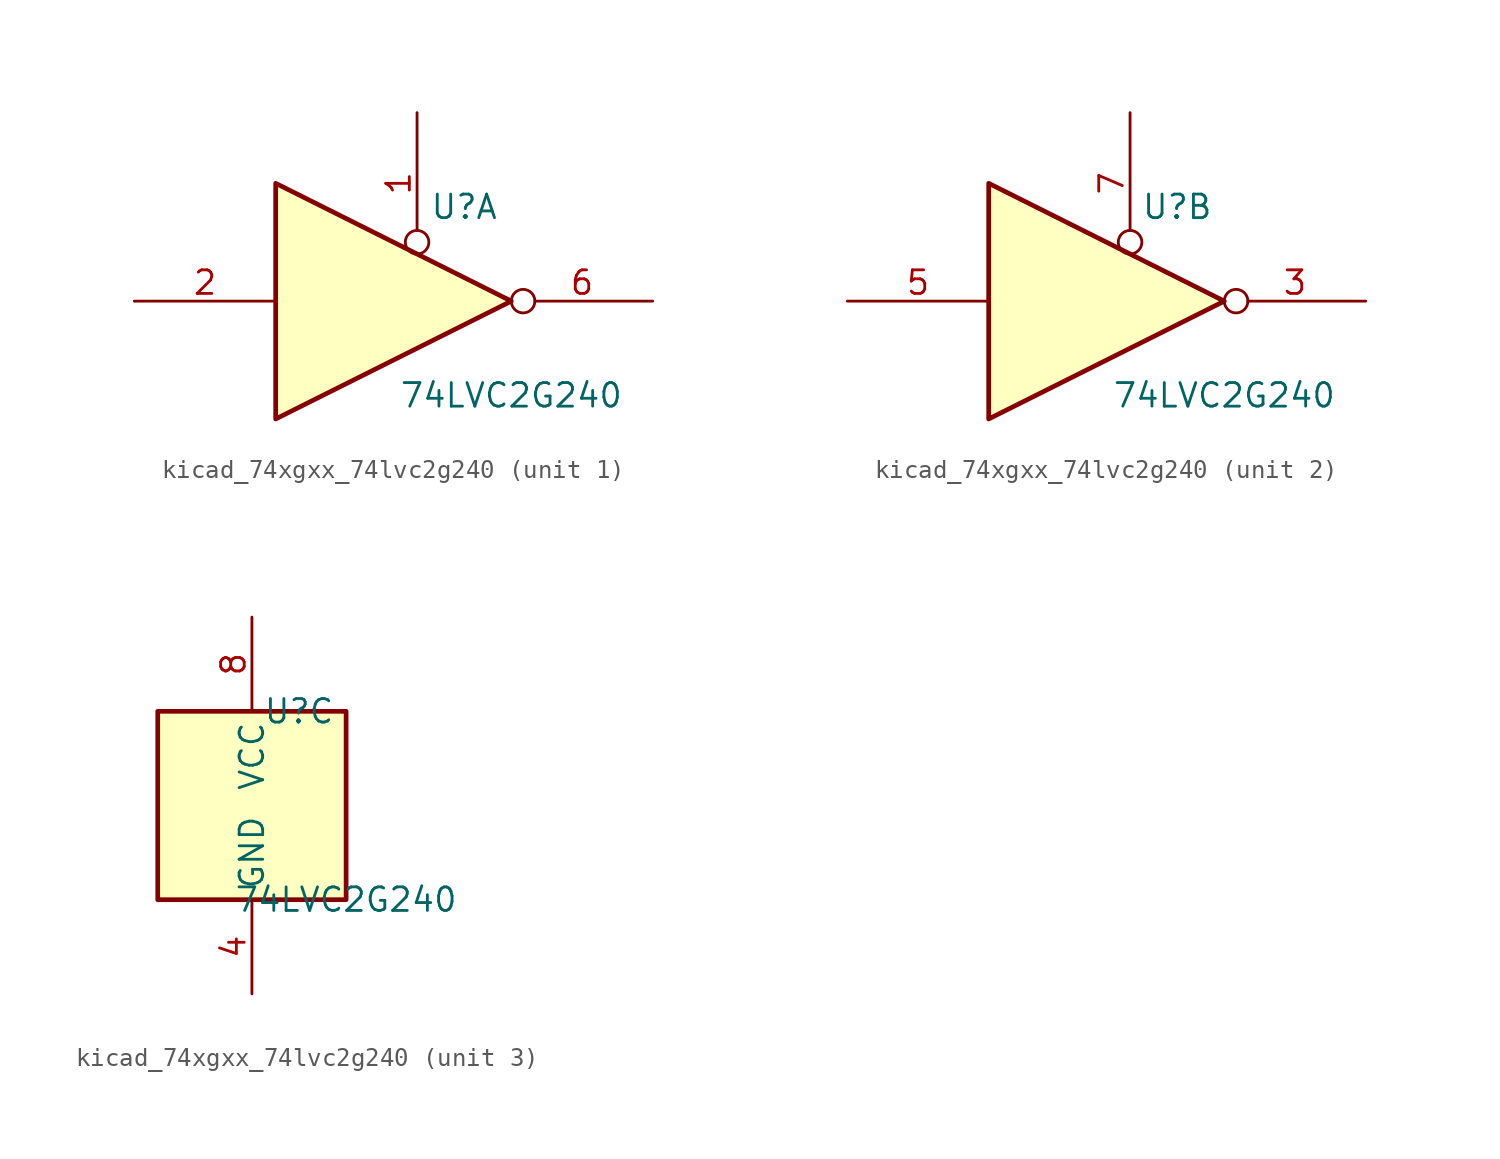
<source format=kicad_sym>
(kicad_symbol_lib
  (version 20220914)
  (generator kicad_symbol_editor)
  (symbol "kicad_74xgxx_74lvc2g240"
    (property "Reference" "U"
      (at 2.54 5.08 0)
      (effects (font (size 1.27 1.27))))
    (property "Value" "74LVC2G240"
      (at 5.08 -5.08 0)
      (effects (font (size 1.27 1.27))))
    (symbol "kicad_74xgxx_74lvc2g240_1_1"
      (polyline (pts (xy -7.62 6.35) (xy -7.62 -6.35) (xy 5.08 0) (xy -7.62 6.35)) (stroke (width 0.254) (type default)) (fill (type background)))
      (pin input inverted (at 0 10.16 270) (length 7.62) (name "~" (effects (font (size 1.27 1.27)))) (number "1" (effects (font (size 1.27 1.27)))))
      (pin input line (at -15.24 0 0) (length 7.62) (name "~" (effects (font (size 1.27 1.27)))) (number "2" (effects (font (size 1.27 1.27)))))
      (pin tri_state inverted (at 12.7 0 180) (length 7.62) (name "~" (effects (font (size 1.27 1.27)))) (number "6" (effects (font (size 1.27 1.27))))))
    (symbol "kicad_74xgxx_74lvc2g240_2_1"
      (polyline (pts (xy -7.62 6.35) (xy -7.62 -6.35) (xy 5.08 0) (xy -7.62 6.35)) (stroke (width 0.254) (type default)) (fill (type background)))
      (pin tri_state inverted (at 12.7 0 180) (length 7.62) (name "~" (effects (font (size 1.27 1.27)))) (number "3" (effects (font (size 1.27 1.27)))))
      (pin input line (at -15.24 0 0) (length 7.62) (name "~" (effects (font (size 1.27 1.27)))) (number "5" (effects (font (size 1.27 1.27)))))
      (pin input inverted (at 0 10.16 270) (length 7.62) (name "~" (effects (font (size 1.27 1.27)))) (number "7" (effects (font (size 1.27 1.27))))))
    (symbol "kicad_74xgxx_74lvc2g240_3_0"
      (rectangle (start -5.08 -5.08) (end 5.08 5.08) (stroke (width 0.254) (type default)) (fill (type background))))
    (symbol "kicad_74xgxx_74lvc2g240_3_1"
      (pin power_in line (at 0 -10.16 90) (length 5.08) (name "GND" (effects (font (size 1.27 1.27)))) (number "4" (effects (font (size 1.27 1.27)))))
      (pin power_in line (at 0 10.16 270) (length 5.08) (name "VCC" (effects (font (size 1.27 1.27)))) (number "8" (effects (font (size 1.27 1.27))))))))
</source>
